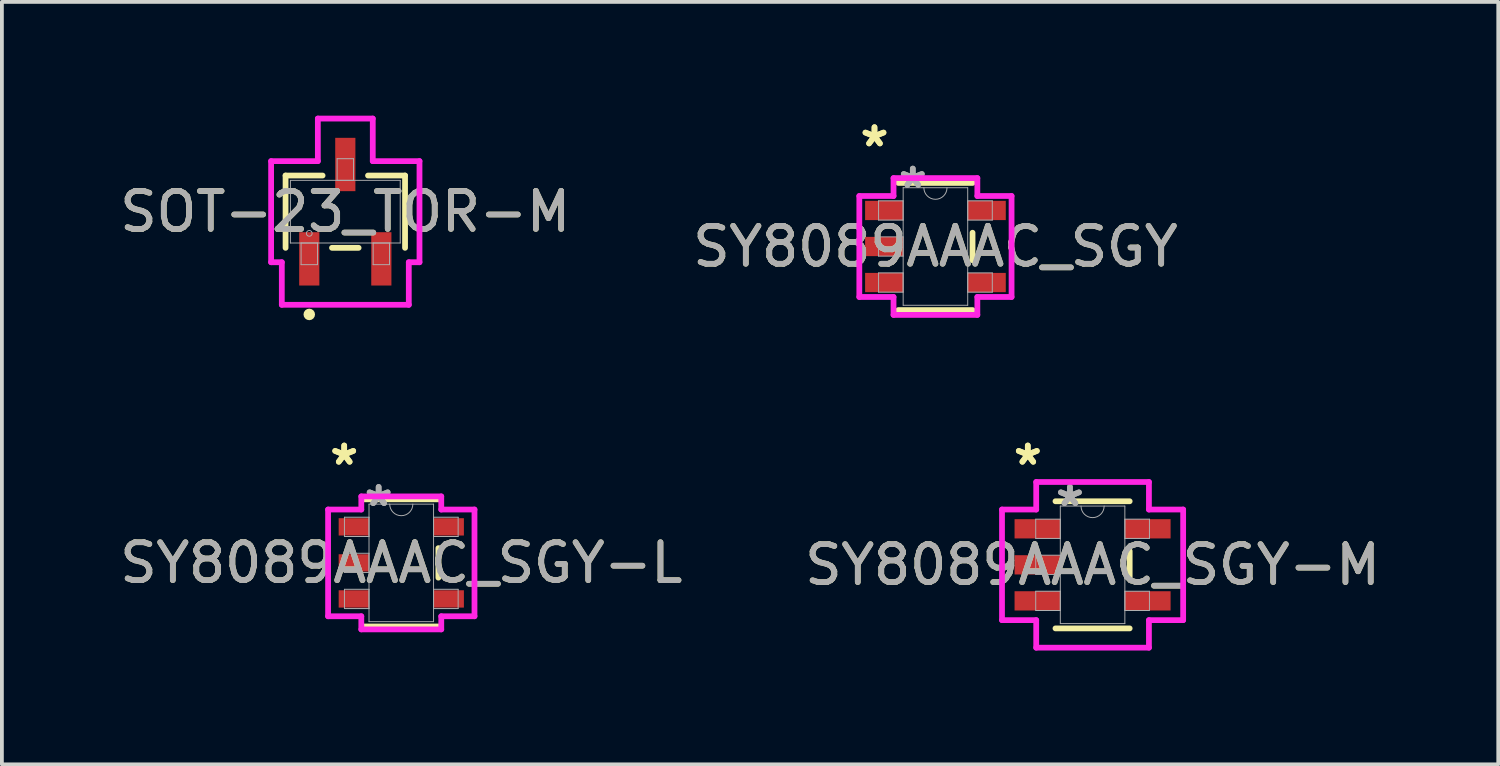
<source format=kicad_pcb>
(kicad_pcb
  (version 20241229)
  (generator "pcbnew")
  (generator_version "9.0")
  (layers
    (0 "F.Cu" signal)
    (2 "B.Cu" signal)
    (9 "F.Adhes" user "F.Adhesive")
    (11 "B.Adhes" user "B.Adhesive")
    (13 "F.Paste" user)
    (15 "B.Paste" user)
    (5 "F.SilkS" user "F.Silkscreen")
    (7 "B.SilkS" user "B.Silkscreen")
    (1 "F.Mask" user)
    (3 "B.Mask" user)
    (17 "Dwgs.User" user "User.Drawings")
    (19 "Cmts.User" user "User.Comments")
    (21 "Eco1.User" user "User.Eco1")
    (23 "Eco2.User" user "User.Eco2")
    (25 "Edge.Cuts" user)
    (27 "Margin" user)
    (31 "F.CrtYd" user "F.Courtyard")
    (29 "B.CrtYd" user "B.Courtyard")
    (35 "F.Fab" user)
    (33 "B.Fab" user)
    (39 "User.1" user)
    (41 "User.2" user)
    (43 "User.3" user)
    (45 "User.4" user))
  (footprint "SY8089AAAC_SGY"
    (layer "F.Cu")
    (at 21.613 3.449)
    (property "Reference" "SY8089AAAC_SGY" (at 0 0 0) (unlocked yes) (layer "F.SilkS") (effects (font (size 1 1) (thickness 0.15))))
    (attr smd)
    (fp_line (start -0.978 1.676) (end 0.978 1.676) (stroke (width 0.152) (type solid)) (layer "F.SilkS"))
    (fp_line (start 0.978 -1.676) (end -0.978 -1.676) (stroke (width 0.152) (type solid)) (layer "F.SilkS"))
    (fp_line (start 0.978 0.363) (end 0.978 -0.363) (stroke (width 0.152) (type solid)) (layer "F.SilkS"))
    (fp_line (start -2.007 -1.331) (end -1.105 -1.331) (stroke (width 0.152) (type solid)) (layer "F.CrtYd"))
    (fp_line (start -2.007 1.331) (end -2.007 -1.331) (stroke (width 0.152) (type solid)) (layer "F.CrtYd"))
    (fp_line (start -1.105 -1.803) (end 1.105 -1.803) (stroke (width 0.152) (type solid)) (layer "F.CrtYd"))
    (fp_line (start -1.105 -1.331) (end -1.105 -1.803) (stroke (width 0.152) (type solid)) (layer "F.CrtYd"))
    (fp_line (start -1.105 1.331) (end -2.007 1.331) (stroke (width 0.152) (type solid)) (layer "F.CrtYd"))
    (fp_line (start -1.105 1.803) (end -1.105 1.331) (stroke (width 0.152) (type solid)) (layer "F.CrtYd"))
    (fp_line (start 1.105 -1.803) (end 1.105 -1.331) (stroke (width 0.152) (type solid)) (layer "F.CrtYd"))
    (fp_line (start 1.105 -1.331) (end 2.007 -1.331) (stroke (width 0.152) (type solid)) (layer "F.CrtYd"))
    (fp_line (start 1.105 1.331) (end 1.105 1.803) (stroke (width 0.152) (type solid)) (layer "F.CrtYd"))
    (fp_line (start 1.105 1.803) (end -1.105 1.803) (stroke (width 0.152) (type solid)) (layer "F.CrtYd"))
    (fp_line (start 2.007 -1.331) (end 2.007 1.331) (stroke (width 0.152) (type solid)) (layer "F.CrtYd"))
    (fp_line (start 2.007 1.331) (end 1.105 1.331) (stroke (width 0.152) (type solid)) (layer "F.CrtYd"))
    (fp_line (start -1.499 -1.204) (end -1.499 -0.696) (stroke (width 0.025) (type solid)) (layer "F.Fab"))
    (fp_line (start -1.499 -0.696) (end -0.851 -0.696) (stroke (width 0.025) (type solid)) (layer "F.Fab"))
    (fp_line (start -1.499 -0.254) (end -1.499 0.254) (stroke (width 0.025) (type solid)) (layer "F.Fab"))
    (fp_line (start -1.499 0.254) (end -0.851 0.254) (stroke (width 0.025) (type solid)) (layer "F.Fab"))
    (fp_line (start -1.499 0.696) (end -1.499 1.204) (stroke (width 0.025) (type solid)) (layer "F.Fab"))
    (fp_line (start -1.499 1.204) (end -0.851 1.204) (stroke (width 0.025) (type solid)) (layer "F.Fab"))
    (fp_line (start -0.851 -1.549) (end -0.851 1.549) (stroke (width 0.025) (type solid)) (layer "F.Fab"))
    (fp_line (start -0.851 -1.204) (end -1.499 -1.204) (stroke (width 0.025) (type solid)) (layer "F.Fab"))
    (fp_line (start -0.851 -0.696) (end -0.851 -1.204) (stroke (width 0.025) (type solid)) (layer "F.Fab"))
    (fp_line (start -0.851 -0.254) (end -1.499 -0.254) (stroke (width 0.025) (type solid)) (layer "F.Fab"))
    (fp_line (start -0.851 0.254) (end -0.851 -0.254) (stroke (width 0.025) (type solid)) (layer "F.Fab"))
    (fp_line (start -0.851 0.696) (end -1.499 0.696) (stroke (width 0.025) (type solid)) (layer "F.Fab"))
    (fp_line (start -0.851 1.204) (end -0.851 0.696) (stroke (width 0.025) (type solid)) (layer "F.Fab"))
    (fp_line (start -0.851 1.549) (end 0.851 1.549) (stroke (width 0.025) (type solid)) (layer "F.Fab"))
    (fp_line (start 0.851 -1.549) (end -0.851 -1.549) (stroke (width 0.025) (type solid)) (layer "F.Fab"))
    (fp_line (start 0.851 -1.204) (end 0.851 -0.696) (stroke (width 0.025) (type solid)) (layer "F.Fab"))
    (fp_line (start 0.851 -0.696) (end 1.499 -0.696) (stroke (width 0.025) (type solid)) (layer "F.Fab"))
    (fp_line (start 0.851 0.696) (end 0.851 1.204) (stroke (width 0.025) (type solid)) (layer "F.Fab"))
    (fp_line (start 0.851 1.204) (end 1.499 1.204) (stroke (width 0.025) (type solid)) (layer "F.Fab"))
    (fp_line (start 0.851 1.549) (end 0.851 -1.549) (stroke (width 0.025) (type solid)) (layer "F.Fab"))
    (fp_line (start 1.499 -1.204) (end 0.851 -1.204) (stroke (width 0.025) (type solid)) (layer "F.Fab"))
    (fp_line (start 1.499 -0.696) (end 1.499 -1.204) (stroke (width 0.025) (type solid)) (layer "F.Fab"))
    (fp_line (start 1.499 0.696) (end 0.851 0.696) (stroke (width 0.025) (type solid)) (layer "F.Fab"))
    (fp_line (start 1.499 1.204) (end 1.499 0.696) (stroke (width 0.025) (type solid)) (layer "F.Fab"))
    (fp_arc (start 0.3048 -1.5494) (mid 0 -1.2446) (end -0.3048 -1.5494) (stroke (width 0.0254) (type solid)) (layer "F.Fab"))
    (fp_text user "*" (at -1.607 -2.601 0) (layer "F.SilkS") (effects (font (size 1 1) (thickness 0.15))))
    (fp_text user "*" (at -1.607 -2.601 0) (unlocked yes) (layer "F.SilkS") (effects (font (size 1 1) (thickness 0.15))))
    (fp_text user "${REFERENCE}" (at 0 0 0) (unlocked yes) (layer "F.Fab") (effects (font (size 1 1) (thickness 0.15))))
    (fp_text user "*" (at -0.597 -1.509 0) (layer "F.Fab") (effects (font (size 1 1) (thickness 0.15))))
    (fp_text user "*" (at -0.597 -1.509 0) (unlocked yes) (layer "F.Fab") (effects (font (size 1 1) (thickness 0.15))))
    (pad "1" smd rect (at -1.353 -0.95) (size 1.003 0.508) (layers "F.Cu" "F.Mask" "F.Paste"))
    (pad "2" smd rect (at -1.353 0) (size 1.003 0.508) (layers "F.Cu" "F.Mask" "F.Paste"))
    (pad "3" smd rect (at -1.353 0.95) (size 1.003 0.508) (layers "F.Cu" "F.Mask" "F.Paste"))
    (pad "4" smd rect (at 1.353 0.95) (size 1.003 0.508) (layers "F.Cu" "F.Mask" "F.Paste"))
    (pad "5" smd rect (at 1.353 -0.95) (size 1.003 0.508) (layers "F.Cu" "F.Mask" "F.Paste")))
  (footprint "SOT-23_TOR-M"
    (layer "F.Cu")
    (at 6.054 2.531)
    (property "Reference" "SOT-23_TOR-M" (at 0 0 0) (unlocked yes) (layer "F.SilkS") (effects (font (size 1 1) (thickness 0.15))))
    (attr smd)
    (fp_line (start -1.575 -0.953) (end -1.575 0.953) (stroke (width 0.152) (type solid)) (layer "F.SilkS"))
    (fp_line (start -0.599 -0.953) (end -1.575 -0.953) (stroke (width 0.152) (type solid)) (layer "F.SilkS"))
    (fp_line (start -0.351 0.953) (end 0.351 0.953) (stroke (width 0.152) (type solid)) (layer "F.SilkS"))
    (fp_line (start 1.575 -0.953) (end 0.599 -0.953) (stroke (width 0.152) (type solid)) (layer "F.SilkS"))
    (fp_line (start 1.575 0.953) (end 1.575 -0.953) (stroke (width 0.152) (type solid)) (layer "F.SilkS"))
    (fp_circle (center -0.95 2.709) (end -0.874 2.709) (stroke (width 0.152) (type solid)) (fill no) (layer "F.SilkS"))
    (fp_line (start -1.956 -1.333) (end -0.724 -1.333) (stroke (width 0.152) (type solid)) (layer "F.CrtYd"))
    (fp_line (start -1.956 1.333) (end -1.956 -1.333) (stroke (width 0.152) (type solid)) (layer "F.CrtYd"))
    (fp_line (start -1.956 1.333) (end -1.674 1.333) (stroke (width 0.152) (type solid)) (layer "F.CrtYd"))
    (fp_line (start -1.674 1.333) (end -1.674 2.455) (stroke (width 0.152) (type solid)) (layer "F.CrtYd"))
    (fp_line (start -1.674 2.455) (end 1.674 2.455) (stroke (width 0.152) (type solid)) (layer "F.CrtYd"))
    (fp_line (start -0.724 -2.455) (end 0.724 -2.455) (stroke (width 0.152) (type solid)) (layer "F.CrtYd"))
    (fp_line (start -0.724 -1.333) (end -0.724 -2.455) (stroke (width 0.152) (type solid)) (layer "F.CrtYd"))
    (fp_line (start 0.724 -1.333) (end 0.724 -2.455) (stroke (width 0.152) (type solid)) (layer "F.CrtYd"))
    (fp_line (start 1.674 1.333) (end 1.674 2.455) (stroke (width 0.152) (type solid)) (layer "F.CrtYd"))
    (fp_line (start 1.956 -1.333) (end 0.724 -1.333) (stroke (width 0.152) (type solid)) (layer "F.CrtYd"))
    (fp_line (start 1.956 -1.333) (end 1.956 1.333) (stroke (width 0.152) (type solid)) (layer "F.CrtYd"))
    (fp_line (start 1.956 1.333) (end 1.674 1.333) (stroke (width 0.152) (type solid)) (layer "F.CrtYd"))
    (fp_line (start -1.448 -0.826) (end -1.448 0.826) (stroke (width 0.025) (type solid)) (layer "F.Fab"))
    (fp_line (start -1.448 0.826) (end 1.448 0.826) (stroke (width 0.025) (type solid)) (layer "F.Fab"))
    (fp_line (start -1.166 0.826) (end -1.166 1.397) (stroke (width 0.025) (type solid)) (layer "F.Fab"))
    (fp_line (start -1.166 1.397) (end -0.734 1.397) (stroke (width 0.025) (type solid)) (layer "F.Fab"))
    (fp_line (start -0.734 0.826) (end -1.166 0.826) (stroke (width 0.025) (type solid)) (layer "F.Fab"))
    (fp_line (start -0.734 1.397) (end -0.734 0.826) (stroke (width 0.025) (type solid)) (layer "F.Fab"))
    (fp_line (start -0.216 -1.397) (end -0.216 -0.826) (stroke (width 0.025) (type solid)) (layer "F.Fab"))
    (fp_line (start -0.216 -0.826) (end 0.216 -0.826) (stroke (width 0.025) (type solid)) (layer "F.Fab"))
    (fp_line (start 0.216 -1.397) (end -0.216 -1.397) (stroke (width 0.025) (type solid)) (layer "F.Fab"))
    (fp_line (start 0.216 -0.826) (end 0.216 -1.397) (stroke (width 0.025) (type solid)) (layer "F.Fab"))
    (fp_line (start 0.734 0.826) (end 0.734 1.397) (stroke (width 0.025) (type solid)) (layer "F.Fab"))
    (fp_line (start 0.734 1.397) (end 1.166 1.397) (stroke (width 0.025) (type solid)) (layer "F.Fab"))
    (fp_line (start 1.166 0.826) (end 0.734 0.826) (stroke (width 0.025) (type solid)) (layer "F.Fab"))
    (fp_line (start 1.166 1.397) (end 1.166 0.826) (stroke (width 0.025) (type solid)) (layer "F.Fab"))
    (fp_line (start 1.448 -0.826) (end -1.448 -0.826) (stroke (width 0.025) (type solid)) (layer "F.Fab"))
    (fp_line (start 1.448 0.826) (end 1.448 -0.826) (stroke (width 0.025) (type solid)) (layer "F.Fab"))
    (fp_circle (center -0.95 0.572) (end -0.874 0.572) (stroke (width 0.025) (type solid)) (fill no) (layer "F.Fab"))
    (fp_text user "${REFERENCE}" (at 0 0 0) (unlocked yes) (layer "F.Fab") (effects (font (size 1 1) (thickness 0.15))))
    (pad "1" smd rect (at -0.95 1.244) (size 0.532 1.406) (layers "F.Cu" "F.Mask" "F.Paste"))
    (pad "2" smd rect (at 0.95 1.244) (size 0.532 1.406) (layers "F.Cu" "F.Mask" "F.Paste"))
    (pad "3" smd rect (at 0 -1.244) (size 0.532 1.406) (layers "F.Cu" "F.Mask" "F.Paste")))
  (footprint "SY8089AAAC_SGY-L"
    (layer "F.Cu")
    (at 7.53 11.791)
    (property "Reference" "SY8089AAAC_SGY-L" (at 0 0 0) (unlocked yes) (layer "F.SilkS") (effects (font (size 1 1) (thickness 0.15))))
    (attr smd)
    (fp_line (start -0.978 1.676) (end 0.978 1.676) (stroke (width 0.152) (type solid)) (layer "F.SilkS"))
    (fp_line (start 0.978 -1.676) (end -0.978 -1.676) (stroke (width 0.152) (type solid)) (layer "F.SilkS"))
    (fp_line (start 0.978 0.389) (end 0.978 -0.389) (stroke (width 0.152) (type solid)) (layer "F.SilkS"))
    (fp_line (start -1.93 -1.407) (end -1.054 -1.407) (stroke (width 0.152) (type solid)) (layer "F.CrtYd"))
    (fp_line (start -1.93 1.407) (end -1.93 -1.407) (stroke (width 0.152) (type solid)) (layer "F.CrtYd"))
    (fp_line (start -1.054 -1.753) (end 1.054 -1.753) (stroke (width 0.152) (type solid)) (layer "F.CrtYd"))
    (fp_line (start -1.054 -1.407) (end -1.054 -1.753) (stroke (width 0.152) (type solid)) (layer "F.CrtYd"))
    (fp_line (start -1.054 1.407) (end -1.93 1.407) (stroke (width 0.152) (type solid)) (layer "F.CrtYd"))
    (fp_line (start -1.054 1.753) (end -1.054 1.407) (stroke (width 0.152) (type solid)) (layer "F.CrtYd"))
    (fp_line (start 1.054 -1.753) (end 1.054 -1.407) (stroke (width 0.152) (type solid)) (layer "F.CrtYd"))
    (fp_line (start 1.054 -1.407) (end 1.93 -1.407) (stroke (width 0.152) (type solid)) (layer "F.CrtYd"))
    (fp_line (start 1.054 1.407) (end 1.054 1.753) (stroke (width 0.152) (type solid)) (layer "F.CrtYd"))
    (fp_line (start 1.054 1.753) (end -1.054 1.753) (stroke (width 0.152) (type solid)) (layer "F.CrtYd"))
    (fp_line (start 1.93 -1.407) (end 1.93 1.407) (stroke (width 0.152) (type solid)) (layer "F.CrtYd"))
    (fp_line (start 1.93 1.407) (end 1.054 1.407) (stroke (width 0.152) (type solid)) (layer "F.CrtYd"))
    (fp_line (start -1.499 -1.204) (end -1.499 -0.696) (stroke (width 0.025) (type solid)) (layer "F.Fab"))
    (fp_line (start -1.499 -0.696) (end -0.851 -0.696) (stroke (width 0.025) (type solid)) (layer "F.Fab"))
    (fp_line (start -1.499 -0.254) (end -1.499 0.254) (stroke (width 0.025) (type solid)) (layer "F.Fab"))
    (fp_line (start -1.499 0.254) (end -0.851 0.254) (stroke (width 0.025) (type solid)) (layer "F.Fab"))
    (fp_line (start -1.499 0.696) (end -1.499 1.204) (stroke (width 0.025) (type solid)) (layer "F.Fab"))
    (fp_line (start -1.499 1.204) (end -0.851 1.204) (stroke (width 0.025) (type solid)) (layer "F.Fab"))
    (fp_line (start -0.851 -1.549) (end -0.851 1.549) (stroke (width 0.025) (type solid)) (layer "F.Fab"))
    (fp_line (start -0.851 -1.204) (end -1.499 -1.204) (stroke (width 0.025) (type solid)) (layer "F.Fab"))
    (fp_line (start -0.851 -0.696) (end -0.851 -1.204) (stroke (width 0.025) (type solid)) (layer "F.Fab"))
    (fp_line (start -0.851 -0.254) (end -1.499 -0.254) (stroke (width 0.025) (type solid)) (layer "F.Fab"))
    (fp_line (start -0.851 0.254) (end -0.851 -0.254) (stroke (width 0.025) (type solid)) (layer "F.Fab"))
    (fp_line (start -0.851 0.696) (end -1.499 0.696) (stroke (width 0.025) (type solid)) (layer "F.Fab"))
    (fp_line (start -0.851 1.204) (end -0.851 0.696) (stroke (width 0.025) (type solid)) (layer "F.Fab"))
    (fp_line (start -0.851 1.549) (end 0.851 1.549) (stroke (width 0.025) (type solid)) (layer "F.Fab"))
    (fp_line (start 0.851 -1.549) (end -0.851 -1.549) (stroke (width 0.025) (type solid)) (layer "F.Fab"))
    (fp_line (start 0.851 -1.204) (end 0.851 -0.696) (stroke (width 0.025) (type solid)) (layer "F.Fab"))
    (fp_line (start 0.851 -0.696) (end 1.499 -0.696) (stroke (width 0.025) (type solid)) (layer "F.Fab"))
    (fp_line (start 0.851 0.696) (end 0.851 1.204) (stroke (width 0.025) (type solid)) (layer "F.Fab"))
    (fp_line (start 0.851 1.204) (end 1.499 1.204) (stroke (width 0.025) (type solid)) (layer "F.Fab"))
    (fp_line (start 0.851 1.549) (end 0.851 -1.549) (stroke (width 0.025) (type solid)) (layer "F.Fab"))
    (fp_line (start 1.499 -1.204) (end 0.851 -1.204) (stroke (width 0.025) (type solid)) (layer "F.Fab"))
    (fp_line (start 1.499 -0.696) (end 1.499 -1.204) (stroke (width 0.025) (type solid)) (layer "F.Fab"))
    (fp_line (start 1.499 0.696) (end 0.851 0.696) (stroke (width 0.025) (type solid)) (layer "F.Fab"))
    (fp_line (start 1.499 1.204) (end 1.499 0.696) (stroke (width 0.025) (type solid)) (layer "F.Fab"))
    (fp_arc (start 0.3048 -1.5494) (mid 0 -1.2446) (end -0.3048 -1.5494) (stroke (width 0.0254) (type solid)) (layer "F.Fab"))
    (fp_text user "*" (at -1.505 -2.55 0) (layer "F.SilkS") (effects (font (size 1 1) (thickness 0.15))))
    (fp_text user "*" (at -1.505 -2.55 0) (unlocked yes) (layer "F.SilkS") (effects (font (size 1 1) (thickness 0.15))))
    (fp_text user "*" (at -0.597 -1.458 0) (layer "F.Fab") (effects (font (size 1 1) (thickness 0.15))))
    (fp_text user "*" (at -0.597 -1.458 0) (unlocked yes) (layer "F.Fab") (effects (font (size 1 1) (thickness 0.15))))
    (fp_text user "${REFERENCE}" (at 0 0 0) (unlocked yes) (layer "F.Fab") (effects (font (size 1 1) (thickness 0.15))))
    (pad "1" smd rect (at -1.251 -0.95) (size 0.8 0.457) (layers "F.Cu" "F.Mask" "F.Paste"))
    (pad "2" smd rect (at -1.251 0) (size 0.8 0.457) (layers "F.Cu" "F.Mask" "F.Paste"))
    (pad "3" smd rect (at -1.251 0.95) (size 0.8 0.457) (layers "F.Cu" "F.Mask" "F.Paste"))
    (pad "4" smd rect (at 1.251 0.95) (size 0.8 0.457) (layers "F.Cu" "F.Mask" "F.Paste"))
    (pad "5" smd rect (at 1.251 -0.95) (size 0.8 0.457) (layers "F.Cu" "F.Mask" "F.Paste")))
  (footprint "SY8089AAAC_SGY-M"
    (layer "F.Cu")
    (at 25.756 11.842)
    (property "Reference" "SY8089AAAC_SGY-M" (at 0 0 0) (unlocked yes) (layer "F.SilkS") (effects (font (size 1 1) (thickness 0.15))))
    (attr smd)
    (fp_line (start -0.978 1.676) (end 0.978 1.676) (stroke (width 0.152) (type solid)) (layer "F.SilkS"))
    (fp_line (start 0.978 -1.676) (end -0.978 -1.676) (stroke (width 0.152) (type solid)) (layer "F.SilkS"))
    (fp_line (start 0.978 0.363) (end 0.978 -0.363) (stroke (width 0.152) (type solid)) (layer "F.SilkS"))
    (fp_line (start -2.388 -1.458) (end -1.486 -1.458) (stroke (width 0.152) (type solid)) (layer "F.CrtYd"))
    (fp_line (start -2.388 1.458) (end -2.388 -1.458) (stroke (width 0.152) (type solid)) (layer "F.CrtYd"))
    (fp_line (start -1.486 -2.184) (end 1.486 -2.184) (stroke (width 0.152) (type solid)) (layer "F.CrtYd"))
    (fp_line (start -1.486 -1.458) (end -1.486 -2.184) (stroke (width 0.152) (type solid)) (layer "F.CrtYd"))
    (fp_line (start -1.486 1.458) (end -2.388 1.458) (stroke (width 0.152) (type solid)) (layer "F.CrtYd"))
    (fp_line (start -1.486 2.184) (end -1.486 1.458) (stroke (width 0.152) (type solid)) (layer "F.CrtYd"))
    (fp_line (start 1.486 -2.184) (end 1.486 -1.458) (stroke (width 0.152) (type solid)) (layer "F.CrtYd"))
    (fp_line (start 1.486 -1.458) (end 2.388 -1.458) (stroke (width 0.152) (type solid)) (layer "F.CrtYd"))
    (fp_line (start 1.486 1.458) (end 1.486 2.184) (stroke (width 0.152) (type solid)) (layer "F.CrtYd"))
    (fp_line (start 1.486 2.184) (end -1.486 2.184) (stroke (width 0.152) (type solid)) (layer "F.CrtYd"))
    (fp_line (start 2.388 -1.458) (end 2.388 1.458) (stroke (width 0.152) (type solid)) (layer "F.CrtYd"))
    (fp_line (start 2.388 1.458) (end 1.486 1.458) (stroke (width 0.152) (type solid)) (layer "F.CrtYd"))
    (fp_line (start -1.499 -1.204) (end -1.499 -0.696) (stroke (width 0.025) (type solid)) (layer "F.Fab"))
    (fp_line (start -1.499 -0.696) (end -0.851 -0.696) (stroke (width 0.025) (type solid)) (layer "F.Fab"))
    (fp_line (start -1.499 -0.254) (end -1.499 0.254) (stroke (width 0.025) (type solid)) (layer "F.Fab"))
    (fp_line (start -1.499 0.254) (end -0.851 0.254) (stroke (width 0.025) (type solid)) (layer "F.Fab"))
    (fp_line (start -1.499 0.696) (end -1.499 1.204) (stroke (width 0.025) (type solid)) (layer "F.Fab"))
    (fp_line (start -1.499 1.204) (end -0.851 1.204) (stroke (width 0.025) (type solid)) (layer "F.Fab"))
    (fp_line (start -0.851 -1.549) (end -0.851 1.549) (stroke (width 0.025) (type solid)) (layer "F.Fab"))
    (fp_line (start -0.851 -1.204) (end -1.499 -1.204) (stroke (width 0.025) (type solid)) (layer "F.Fab"))
    (fp_line (start -0.851 -0.696) (end -0.851 -1.204) (stroke (width 0.025) (type solid)) (layer "F.Fab"))
    (fp_line (start -0.851 -0.254) (end -1.499 -0.254) (stroke (width 0.025) (type solid)) (layer "F.Fab"))
    (fp_line (start -0.851 0.254) (end -0.851 -0.254) (stroke (width 0.025) (type solid)) (layer "F.Fab"))
    (fp_line (start -0.851 0.696) (end -1.499 0.696) (stroke (width 0.025) (type solid)) (layer "F.Fab"))
    (fp_line (start -0.851 1.204) (end -0.851 0.696) (stroke (width 0.025) (type solid)) (layer "F.Fab"))
    (fp_line (start -0.851 1.549) (end 0.851 1.549) (stroke (width 0.025) (type solid)) (layer "F.Fab"))
    (fp_line (start 0.851 -1.549) (end -0.851 -1.549) (stroke (width 0.025) (type solid)) (layer "F.Fab"))
    (fp_line (start 0.851 -1.204) (end 0.851 -0.696) (stroke (width 0.025) (type solid)) (layer "F.Fab"))
    (fp_line (start 0.851 -0.696) (end 1.499 -0.696) (stroke (width 0.025) (type solid)) (layer "F.Fab"))
    (fp_line (start 0.851 0.696) (end 0.851 1.204) (stroke (width 0.025) (type solid)) (layer "F.Fab"))
    (fp_line (start 0.851 1.204) (end 1.499 1.204) (stroke (width 0.025) (type solid)) (layer "F.Fab"))
    (fp_line (start 0.851 1.549) (end 0.851 -1.549) (stroke (width 0.025) (type solid)) (layer "F.Fab"))
    (fp_line (start 1.499 -1.204) (end 0.851 -1.204) (stroke (width 0.025) (type solid)) (layer "F.Fab"))
    (fp_line (start 1.499 -0.696) (end 1.499 -1.204) (stroke (width 0.025) (type solid)) (layer "F.Fab"))
    (fp_line (start 1.499 0.696) (end 0.851 0.696) (stroke (width 0.025) (type solid)) (layer "F.Fab"))
    (fp_line (start 1.499 1.204) (end 1.499 0.696) (stroke (width 0.025) (type solid)) (layer "F.Fab"))
    (fp_arc (start 0.3048 -1.5494) (mid 0 -1.2446) (end -0.3048 -1.5494) (stroke (width 0.0254) (type solid)) (layer "F.Fab"))
    (fp_text user "*" (at -1.708 -2.601 0) (layer "F.SilkS") (effects (font (size 1 1) (thickness 0.15))))
    (fp_text user "*" (at -1.708 -2.601 0) (unlocked yes) (layer "F.SilkS") (effects (font (size 1 1) (thickness 0.15))))
    (fp_text user "*" (at -0.597 -1.509 0) (layer "F.Fab") (effects (font (size 1 1) (thickness 0.15))))
    (fp_text user "*" (at -0.597 -1.509 0) (unlocked yes) (layer "F.Fab") (effects (font (size 1 1) (thickness 0.15))))
    (fp_text user "${REFERENCE}" (at 0 0 0) (unlocked yes) (layer "F.Fab") (effects (font (size 1 1) (thickness 0.15))))
    (pad "1" smd rect (at -1.454 -0.95) (size 1.206 0.508) (layers "F.Cu" "F.Mask" "F.Paste"))
    (pad "2" smd rect (at -1.454 0) (size 1.206 0.508) (layers "F.Cu" "F.Mask" "F.Paste"))
    (pad "3" smd rect (at -1.454 0.95) (size 1.206 0.508) (layers "F.Cu" "F.Mask" "F.Paste"))
    (pad "4" smd rect (at 1.454 0.95) (size 1.206 0.508) (layers "F.Cu" "F.Mask" "F.Paste"))
    (pad "5" smd rect (at 1.454 -0.95) (size 1.206 0.508) (layers "F.Cu" "F.Mask" "F.Paste")))
  (gr_rect
    (start -3 -3)
    (end 36.452 17.102)
    (stroke (width 0.1) (type default))
    (fill no)
    (layer "Edge.Cuts")))
</source>
